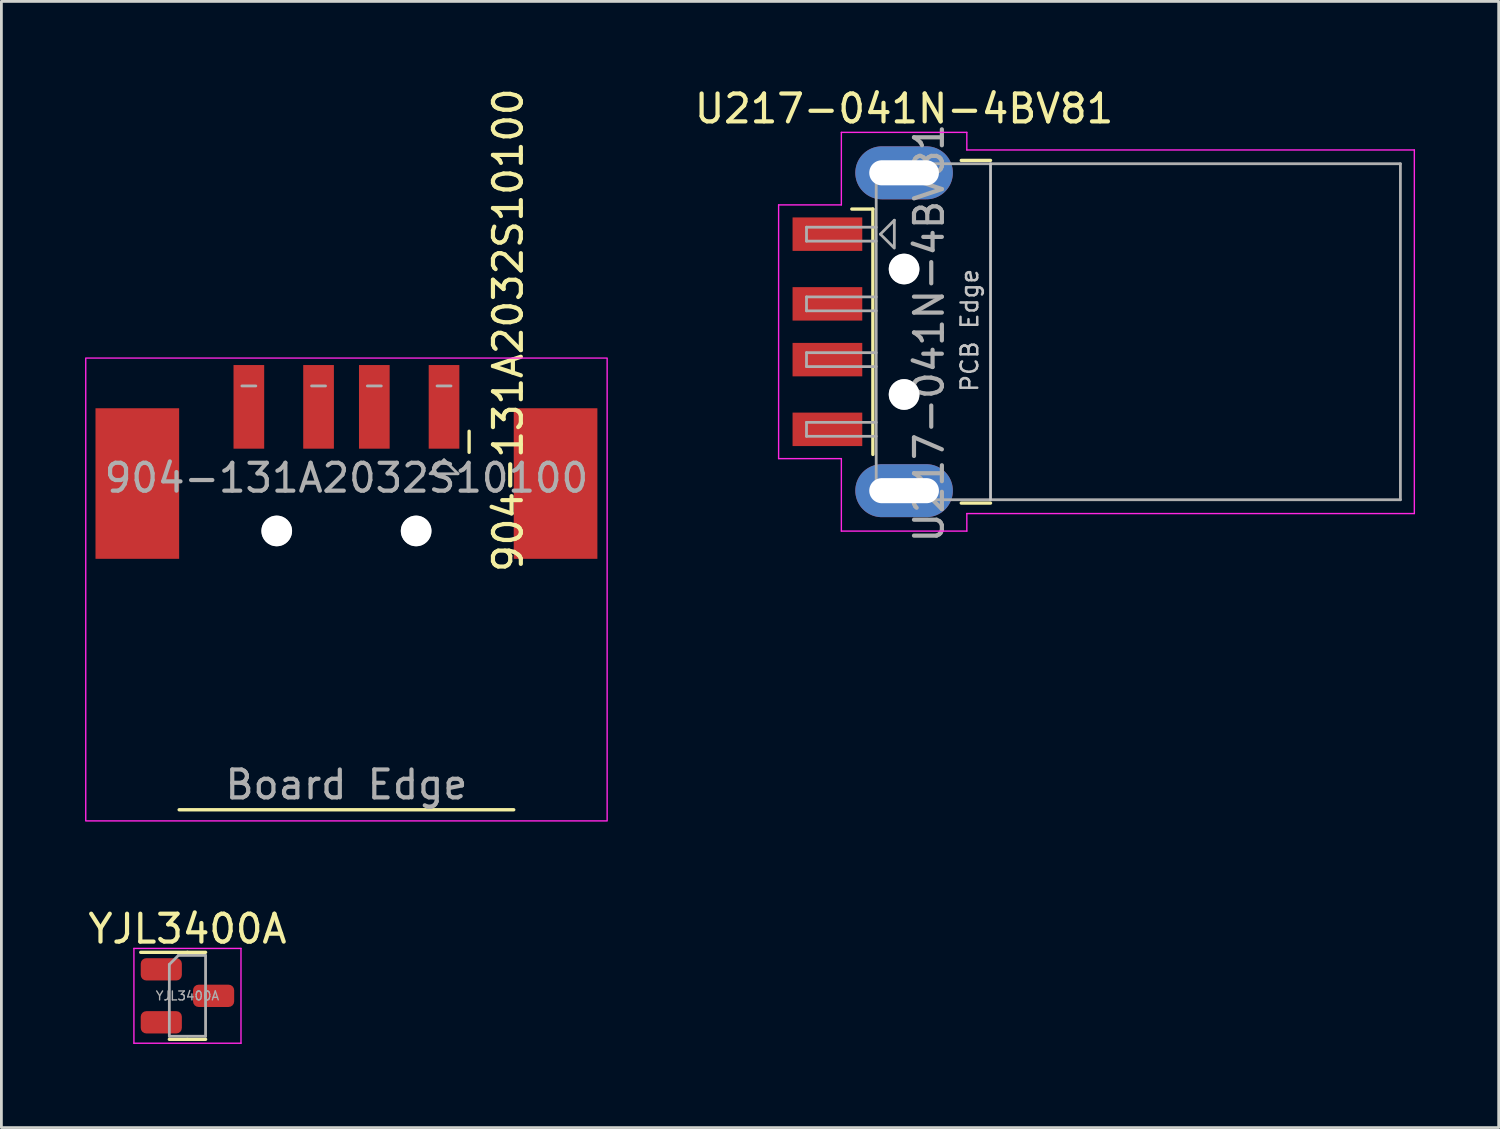
<source format=kicad_pcb>
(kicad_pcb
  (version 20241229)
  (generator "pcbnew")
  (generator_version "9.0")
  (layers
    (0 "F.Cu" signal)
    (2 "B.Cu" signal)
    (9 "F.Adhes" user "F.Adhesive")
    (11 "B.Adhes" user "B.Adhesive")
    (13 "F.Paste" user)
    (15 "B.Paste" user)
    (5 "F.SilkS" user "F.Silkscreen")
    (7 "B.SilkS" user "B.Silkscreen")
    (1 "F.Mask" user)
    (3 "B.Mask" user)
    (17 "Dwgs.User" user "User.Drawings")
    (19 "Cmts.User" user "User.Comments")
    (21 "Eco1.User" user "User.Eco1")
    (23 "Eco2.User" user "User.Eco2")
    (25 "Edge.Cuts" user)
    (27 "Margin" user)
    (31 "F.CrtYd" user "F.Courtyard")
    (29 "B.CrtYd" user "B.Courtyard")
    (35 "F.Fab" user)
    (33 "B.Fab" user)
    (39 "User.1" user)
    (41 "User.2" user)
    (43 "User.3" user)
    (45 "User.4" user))
  (footprint "YJL3400A"
    (layer "F.Cu")
    (at 3.673 32.665)
    (property "Reference" "YJL3400A" (at 0 -2.4 0) (layer "F.SilkS") (effects (font (size 1 1) (thickness 0.15))))
    (attr smd)
    (fp_line (start 0 -1.56) (end -1.675 -1.56) (stroke (width 0.12) (type solid)) (layer "F.SilkS"))
    (fp_line (start 0 -1.56) (end 0.65 -1.56) (stroke (width 0.12) (type solid)) (layer "F.SilkS"))
    (fp_line (start 0 1.56) (end -0.65 1.56) (stroke (width 0.12) (type solid)) (layer "F.SilkS"))
    (fp_line (start 0 1.56) (end 0.65 1.56) (stroke (width 0.12) (type solid)) (layer "F.SilkS"))
    (fp_line (start -1.92 -1.7) (end -1.92 1.7) (stroke (width 0.05) (type solid)) (layer "F.CrtYd"))
    (fp_line (start -1.92 1.7) (end 1.92 1.7) (stroke (width 0.05) (type solid)) (layer "F.CrtYd"))
    (fp_line (start 1.92 -1.7) (end -1.92 -1.7) (stroke (width 0.05) (type solid)) (layer "F.CrtYd"))
    (fp_line (start 1.92 1.7) (end 1.92 -1.7) (stroke (width 0.05) (type solid)) (layer "F.CrtYd"))
    (fp_line (start -0.65 -1.125) (end -0.325 -1.45) (stroke (width 0.1) (type solid)) (layer "F.Fab"))
    (fp_line (start -0.65 1.45) (end -0.65 -1.125) (stroke (width 0.1) (type solid)) (layer "F.Fab"))
    (fp_line (start -0.325 -1.45) (end 0.65 -1.45) (stroke (width 0.1) (type solid)) (layer "F.Fab"))
    (fp_line (start 0.65 -1.45) (end 0.65 1.45) (stroke (width 0.1) (type solid)) (layer "F.Fab"))
    (fp_line (start 0.65 1.45) (end -0.65 1.45) (stroke (width 0.1) (type solid)) (layer "F.Fab"))
    (fp_text user "${REFERENCE}" (at 0 0 0) (layer "F.Fab") (effects (font (size 0.32 0.32) (thickness 0.05))))
    (pad "1" smd roundrect (at -0.938 -0.95) (size 1.475 0.8) (layers "F.Cu" "F.Mask" "F.Paste") (roundrect_rratio 0.25))
    (pad "2" smd roundrect (at 0.938 0) (size 1.475 0.8) (layers "F.Cu" "F.Mask" "F.Paste") (roundrect_rratio 0.25))
    (pad "3" smd roundrect (at -0.938 0.95) (size 1.475 0.8) (layers "F.Cu" "F.Mask" "F.Paste") (roundrect_rratio 0.25)))
  (footprint "904-131A2032S10100"
    (layer "F.Cu")
    (at 9.375 13.192)
    (property "Reference" "904-131A2032S10100" (at 5.8 -4.4 90) (layer "F.SilkS") (effects (font (size 1 1) (thickness 0.15))))
    (attr smd)
    (fp_line (start -6 12.8) (end 6 12.8) (stroke (width 0.12) (type solid)) (layer "F.SilkS"))
    (fp_line (start 4.4 -0.02) (end 4.4 -0.775) (stroke (width 0.12) (type solid)) (layer "F.SilkS"))
    (fp_rect (start -9.35 13.2) (end 9.35 -3.4) (stroke (width 0.05) (type solid)) (fill no) (layer "F.CrtYd"))
    (fp_line (start -3.75 -2.4) (end -3.25 -2.4) (stroke (width 0.1) (type solid)) (layer "F.Fab"))
    (fp_line (start -1.25 -2.4) (end -0.75 -2.4) (stroke (width 0.1) (type solid)) (layer "F.Fab"))
    (fp_line (start 0.75 -2.4) (end 1.25 -2.4) (stroke (width 0.1) (type solid)) (layer "F.Fab"))
    (fp_line (start 3.25 -2.4) (end 3.75 -2.4) (stroke (width 0.1) (type solid)) (layer "F.Fab"))
    (fp_line (start 3.5 0.25) (end 3 0.75) (stroke (width 0.1) (type solid)) (layer "F.Fab"))
    (fp_line (start 3.5 0.25) (end 4 0.75) (stroke (width 0.1) (type solid)) (layer "F.Fab"))
    (fp_line (start 4 0.75) (end 3.05 0.75) (stroke (width 0.1) (type solid)) (layer "F.Fab"))
    (fp_circle (center -2.5 2.8) (end -3 2.8) (stroke (width 0.1) (type solid)) (fill no) (layer "F.Fab"))
    (fp_circle (center 2.5 2.8) (end 3 2.8) (stroke (width 0.1) (type solid)) (fill no) (layer "F.Fab"))
    (fp_text user "${REFERENCE}" (at 0 0.9 0) (layer "F.Fab") (effects (font (size 1 1) (thickness 0.15))))
    (fp_text user "Board Edge" (at 0 11.9 0) (layer "F.Fab") (effects (font (size 1 1) (thickness 0.15))))
    (pad "" np_thru_hole circle (at -2.5 2.8 270) (size 1.1 1.1) (drill 1.1) (layers "*.Cu" "*.Mask"))
    (pad "" np_thru_hole circle (at 2.5 2.8 270) (size 1.1 1.1) (drill 1.1) (layers "*.Cu" "*.Mask"))
    (pad "1" smd rect (at 3.5 -1.65 270) (size 3 1.1) (layers "F.Cu" "F.Mask" "F.Paste"))
    (pad "2" smd rect (at 1 -1.65 270) (size 3 1.1) (layers "F.Cu" "F.Mask" "F.Paste"))
    (pad "3" smd rect (at -1 -1.65 270) (size 3 1.1) (layers "F.Cu" "F.Mask" "F.Paste"))
    (pad "4" smd rect (at -3.5 -1.65 270) (size 3 1.1) (layers "F.Cu" "F.Mask" "F.Paste"))
    (pad "5" smd rect (at -7.5 1.1 270) (size 5.4 3) (layers "F.Cu" "F.Mask" "F.Paste"))
    (pad "5" smd rect (at 7.5 1.1 270) (size 5.4 3) (layers "F.Cu" "F.Mask" "F.Paste")))
  (footprint "U217-041N-4BV81"
    (layer "F.Cu")
    (at 36.275 8.848)
    (property "Reference" "U217-041N-4BV81" (at -6.9 -8 0) (layer "F.SilkS") (effects (font (size 1 1) (thickness 0.15))))
    (attr smd)
    (fp_line (start -8.02 -4.4) (end -8.775 -4.4) (stroke (width 0.12) (type solid)) (layer "F.SilkS"))
    (fp_line (start -8.02 -4.4) (end -8.02 4.4) (stroke (width 0.12) (type solid)) (layer "F.SilkS"))
    (fp_line (start -4.85 -6.145) (end -3.8 -6.145) (stroke (width 0.12) (type solid)) (layer "F.SilkS"))
    (fp_line (start -4.85 6.145) (end -3.8 6.145) (stroke (width 0.12) (type solid)) (layer "F.SilkS"))
    (fp_line (start -3.8 6.025) (end -3.8 -6.025) (stroke (width 0.1) (type solid)) (layer "Dwgs.User"))
    (fp_line (start -11.4 -4.55) (end -9.15 -4.55) (stroke (width 0.05) (type solid)) (layer "F.CrtYd"))
    (fp_line (start -11.4 4.55) (end -11.4 -4.55) (stroke (width 0.05) (type solid)) (layer "F.CrtYd"))
    (fp_line (start -11.4 4.55) (end -9.15 4.55) (stroke (width 0.05) (type solid)) (layer "F.CrtYd"))
    (fp_line (start -9.15 -7.15) (end -9.15 -4.55) (stroke (width 0.05) (type solid)) (layer "F.CrtYd"))
    (fp_line (start -9.15 -7.15) (end -4.65 -7.15) (stroke (width 0.05) (type solid)) (layer "F.CrtYd"))
    (fp_line (start -9.15 4.55) (end -9.15 7.15) (stroke (width 0.05) (type solid)) (layer "F.CrtYd"))
    (fp_line (start -9.15 7.15) (end -4.65 7.15) (stroke (width 0.05) (type solid)) (layer "F.CrtYd"))
    (fp_line (start -4.65 -6.52) (end -4.65 -7.15) (stroke (width 0.05) (type solid)) (layer "F.CrtYd"))
    (fp_line (start -4.65 -6.52) (end 11.4 -6.52) (stroke (width 0.05) (type solid)) (layer "F.CrtYd"))
    (fp_line (start -4.65 6.52) (end 11.4 6.52) (stroke (width 0.05) (type solid)) (layer "F.CrtYd"))
    (fp_line (start -4.65 7.15) (end -4.65 6.52) (stroke (width 0.05) (type solid)) (layer "F.CrtYd"))
    (fp_line (start 11.4 6.52) (end 11.4 -6.52) (stroke (width 0.05) (type solid)) (layer "F.CrtYd"))
    (fp_line (start -10.4 -3.75) (end -7.9 -3.75) (stroke (width 0.1) (type solid)) (layer "F.Fab"))
    (fp_line (start -10.4 -3.25) (end -10.4 -3.75) (stroke (width 0.1) (type solid)) (layer "F.Fab"))
    (fp_line (start -10.4 -3.25) (end -7.9 -3.25) (stroke (width 0.1) (type solid)) (layer "F.Fab"))
    (fp_line (start -10.4 -1.25) (end -7.9 -1.25) (stroke (width 0.1) (type solid)) (layer "F.Fab"))
    (fp_line (start -10.4 -0.75) (end -10.4 -1.25) (stroke (width 0.1) (type solid)) (layer "F.Fab"))
    (fp_line (start -10.4 -0.75) (end -7.9 -0.75) (stroke (width 0.1) (type solid)) (layer "F.Fab"))
    (fp_line (start -10.4 0.75) (end -7.9 0.75) (stroke (width 0.1) (type solid)) (layer "F.Fab"))
    (fp_line (start -10.4 1.25) (end -10.4 0.75) (stroke (width 0.1) (type solid)) (layer "F.Fab"))
    (fp_line (start -10.4 1.25) (end -7.9 1.25) (stroke (width 0.1) (type solid)) (layer "F.Fab"))
    (fp_line (start -10.4 3.25) (end -7.9 3.25) (stroke (width 0.1) (type solid)) (layer "F.Fab"))
    (fp_line (start -10.4 3.75) (end -10.4 3.25) (stroke (width 0.1) (type solid)) (layer "F.Fab"))
    (fp_line (start -10.4 3.75) (end -7.9 3.75) (stroke (width 0.1) (type solid)) (layer "F.Fab"))
    (fp_line (start -7.9 -6.025) (end 10.9 -6.025) (stroke (width 0.1) (type solid)) (layer "F.Fab"))
    (fp_line (start -7.9 6.025) (end -7.9 -6.025) (stroke (width 0.1) (type solid)) (layer "F.Fab"))
    (fp_line (start -7.9 6.025) (end 10.9 6.025) (stroke (width 0.1) (type solid)) (layer "F.Fab"))
    (fp_line (start -7.75 -3.5) (end -7.25 -4) (stroke (width 0.1) (type solid)) (layer "F.Fab"))
    (fp_line (start -7.75 -3.5) (end -7.25 -3) (stroke (width 0.1) (type solid)) (layer "F.Fab"))
    (fp_line (start -7.25 -4) (end -7.25 -3.05) (stroke (width 0.1) (type solid)) (layer "F.Fab"))
    (fp_line (start 10.9 6.025) (end 10.9 -6.025) (stroke (width 0.1) (type solid)) (layer "F.Fab"))
    (fp_circle (center -6.9 -2.25) (end -6.9 -2.75) (stroke (width 0.1) (type solid)) (fill no) (layer "F.Fab"))
    (fp_circle (center -6.9 2.25) (end -6.9 2.75) (stroke (width 0.1) (type solid)) (fill no) (layer "F.Fab"))
    (fp_text user "PCB Edge" (at -4.55 -0.05 90) (layer "Dwgs.User") (effects (font (size 0.6 0.6) (thickness 0.09))))
    (fp_text user "${REFERENCE}" (at -6 0.05 90) (layer "F.Fab") (effects (font (size 1 1) (thickness 0.15))))
    (pad "" np_thru_hole circle (at -6.9 -2.25) (size 1.1 1.1) (drill 1.1) (layers "*.Cu" "*.Mask"))
    (pad "" np_thru_hole circle (at -6.9 2.25) (size 1.1 1.1) (drill 1.1) (layers "*.Cu" "*.Mask"))
    (pad "1" smd rect (at -9.65 -3.5) (size 2.5 1.2) (layers "F.Cu" "F.Mask" "F.Paste"))
    (pad "2" smd rect (at -9.65 -1) (size 2.5 1.2) (layers "F.Cu" "F.Mask" "F.Paste"))
    (pad "3" smd rect (at -9.65 1) (size 2.5 1.2) (layers "F.Cu" "F.Mask" "F.Paste"))
    (pad "4" smd rect (at -9.65 3.5) (size 2.5 1.2) (layers "F.Cu" "F.Mask" "F.Paste"))
    (pad "5" thru_hole oval (at -6.9 -5.7) (size 3.5 1.9) (drill oval 2.5 0.9) (layers "*.Cu" "*.Mask"))
    (pad "5" thru_hole oval (at -6.9 5.7) (size 3.5 1.9) (drill oval 2.5 0.9) (layers "*.Cu" "*.Mask")))
  (gr_rect
    (start -3 -3)
    (end 50.7 37.39)
    (stroke (width 0.1) (type default))
    (fill no)
    (layer "Edge.Cuts")))
</source>
